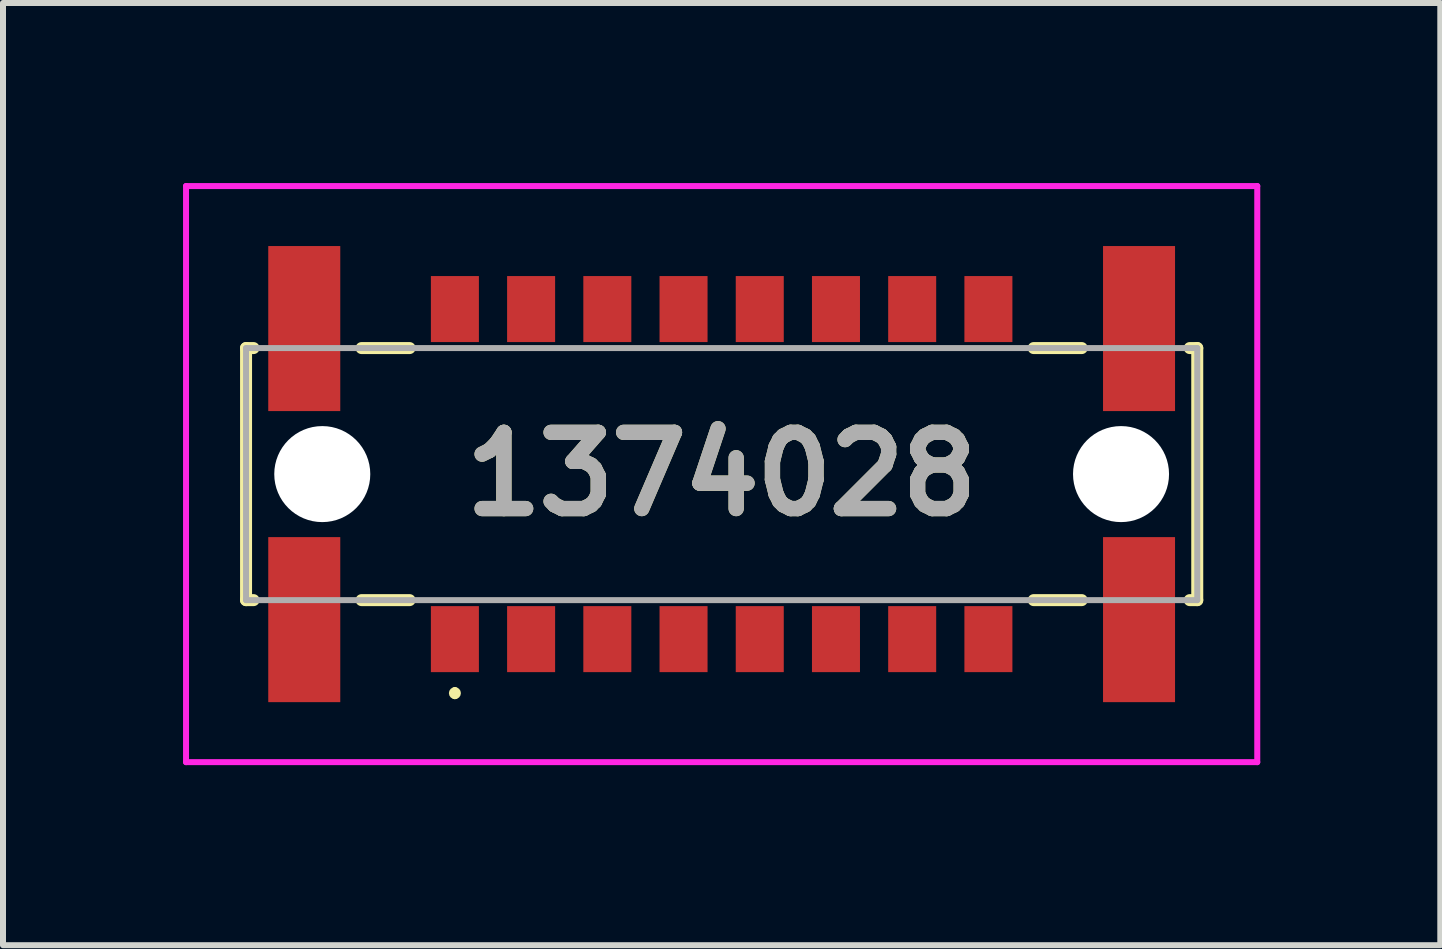
<source format=kicad_pcb>
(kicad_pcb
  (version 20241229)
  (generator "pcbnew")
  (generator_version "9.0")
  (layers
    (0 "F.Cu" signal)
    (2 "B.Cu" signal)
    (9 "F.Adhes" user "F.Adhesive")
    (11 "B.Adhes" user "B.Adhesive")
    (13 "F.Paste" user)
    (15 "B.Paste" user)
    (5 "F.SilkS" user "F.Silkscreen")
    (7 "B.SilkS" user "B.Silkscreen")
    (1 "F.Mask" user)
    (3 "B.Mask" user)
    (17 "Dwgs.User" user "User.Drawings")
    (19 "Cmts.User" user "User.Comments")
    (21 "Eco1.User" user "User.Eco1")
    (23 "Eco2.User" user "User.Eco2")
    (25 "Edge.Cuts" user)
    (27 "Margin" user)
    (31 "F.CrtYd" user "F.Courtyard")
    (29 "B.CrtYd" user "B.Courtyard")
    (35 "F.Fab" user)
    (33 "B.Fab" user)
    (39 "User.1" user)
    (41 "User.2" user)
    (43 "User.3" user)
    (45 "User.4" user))
  (footprint "1374028"
    (layer "F.Cu")
    (at 8.975 4.85)
    (property "Reference" "1374028" (at 0 0 0) (layer "F.SilkS") (effects (font (size 1.27 1.27) (thickness 0.254))))
    (attr through_hole)
    (fp_line (start -7.925 -2.1) (end -7.925 2.1) (stroke (width 0.2) (type solid)) (layer "F.SilkS"))
    (fp_line (start -7.925 2.1) (end -7.8 2.1) (stroke (width 0.2) (type solid)) (layer "F.SilkS"))
    (fp_line (start -7.8 -2.1) (end -7.925 -2.1) (stroke (width 0.2) (type solid)) (layer "F.SilkS"))
    (fp_line (start -6 -2.1) (end -5.2 -2.1) (stroke (width 0.2) (type solid)) (layer "F.SilkS"))
    (fp_line (start -6 2.1) (end -5.2 2.1) (stroke (width 0.2) (type solid)) (layer "F.SilkS"))
    (fp_line (start -4.445 3.6) (end -4.445 3.6) (stroke (width 0.1) (type solid)) (layer "F.SilkS"))
    (fp_line (start -4.445 3.7) (end -4.445 3.7) (stroke (width 0.1) (type solid)) (layer "F.SilkS"))
    (fp_line (start 5.2 -2.1) (end 6 -2.1) (stroke (width 0.2) (type solid)) (layer "F.SilkS"))
    (fp_line (start 5.2 2.1) (end 6 2.1) (stroke (width 0.2) (type solid)) (layer "F.SilkS"))
    (fp_line (start 7.8 2.1) (end 7.925 2.1) (stroke (width 0.2) (type solid)) (layer "F.SilkS"))
    (fp_line (start 7.925 -2.1) (end 7.8 -2.1) (stroke (width 0.2) (type solid)) (layer "F.SilkS"))
    (fp_line (start 7.925 2.1) (end 7.925 -2.1) (stroke (width 0.2) (type solid)) (layer "F.SilkS"))
    (fp_arc (start -4.445 3.6) (mid -4.395 3.65) (end -4.445 3.7) (stroke (width 0.1) (type solid)) (layer "F.SilkS"))
    (fp_arc (start -4.445 3.7) (mid -4.495 3.65) (end -4.445 3.6) (stroke (width 0.1) (type solid)) (layer "F.SilkS"))
    (fp_line (start -8.925 -4.8) (end 8.925 -4.8) (stroke (width 0.1) (type solid)) (layer "F.CrtYd"))
    (fp_line (start -8.925 4.8) (end -8.925 -4.8) (stroke (width 0.1) (type solid)) (layer "F.CrtYd"))
    (fp_line (start 8.925 -4.8) (end 8.925 4.8) (stroke (width 0.1) (type solid)) (layer "F.CrtYd"))
    (fp_line (start 8.925 4.8) (end -8.925 4.8) (stroke (width 0.1) (type solid)) (layer "F.CrtYd"))
    (fp_line (start -7.925 -2.1) (end -7.925 2.1) (stroke (width 0.1) (type solid)) (layer "F.Fab"))
    (fp_line (start -7.925 2.1) (end 7.925 2.1) (stroke (width 0.1) (type solid)) (layer "F.Fab"))
    (fp_line (start 7.925 -2.1) (end -7.925 -2.1) (stroke (width 0.1) (type solid)) (layer "F.Fab"))
    (fp_line (start 7.925 2.1) (end 7.925 -2.1) (stroke (width 0.1) (type solid)) (layer "F.Fab"))
    (fp_text user "${REFERENCE}" (at 0 0 0) (layer "F.Fab") (effects (font (size 1.27 1.27) (thickness 0.254))))
    (pad "" np_thru_hole circle (at -6.655 0) (size 1.6 1.6) (drill 1.6) (layers "*.Cu" "*.Mask"))
    (pad "" np_thru_hole circle (at 6.655 0) (size 1.6 1.6) (drill 1.6) (layers "*.Cu" "*.Mask"))
    (pad "A1" smd rect (at -4.445 2.75) (size 0.8 1.1) (layers "F.Cu" "F.Mask" "F.Paste"))
    (pad "A2" smd rect (at -3.175 2.75) (size 0.8 1.1) (layers "F.Cu" "F.Mask" "F.Paste"))
    (pad "A3" smd rect (at -1.905 2.75) (size 0.8 1.1) (layers "F.Cu" "F.Mask" "F.Paste"))
    (pad "A4" smd rect (at -0.635 2.75) (size 0.8 1.1) (layers "F.Cu" "F.Mask" "F.Paste"))
    (pad "A5" smd rect (at 0.635 2.75) (size 0.8 1.1) (layers "F.Cu" "F.Mask" "F.Paste"))
    (pad "A6" smd rect (at 1.905 2.75) (size 0.8 1.1) (layers "F.Cu" "F.Mask" "F.Paste"))
    (pad "A7" smd rect (at 3.175 2.75) (size 0.8 1.1) (layers "F.Cu" "F.Mask" "F.Paste"))
    (pad "A8" smd rect (at 4.445 2.75) (size 0.8 1.1) (layers "F.Cu" "F.Mask" "F.Paste"))
    (pad "B1" smd rect (at -4.445 -2.75) (size 0.8 1.1) (layers "F.Cu" "F.Mask" "F.Paste"))
    (pad "B2" smd rect (at -3.175 -2.75) (size 0.8 1.1) (layers "F.Cu" "F.Mask" "F.Paste"))
    (pad "B3" smd rect (at -1.905 -2.75) (size 0.8 1.1) (layers "F.Cu" "F.Mask" "F.Paste"))
    (pad "B4" smd rect (at -0.635 -2.75) (size 0.8 1.1) (layers "F.Cu" "F.Mask" "F.Paste"))
    (pad "B5" smd rect (at 0.635 -2.75) (size 0.8 1.1) (layers "F.Cu" "F.Mask" "F.Paste"))
    (pad "B6" smd rect (at 1.905 -2.75) (size 0.8 1.1) (layers "F.Cu" "F.Mask" "F.Paste"))
    (pad "B7" smd rect (at 3.175 -2.75) (size 0.8 1.1) (layers "F.Cu" "F.Mask" "F.Paste"))
    (pad "B8" smd rect (at 4.445 -2.75) (size 0.8 1.1) (layers "F.Cu" "F.Mask" "F.Paste"))
    (pad "MP1" smd rect (at -6.955 -2.425) (size 1.2 2.75) (layers "F.Cu" "F.Mask" "F.Paste"))
    (pad "MP2" smd rect (at -6.955 2.425) (size 1.2 2.75) (layers "F.Cu" "F.Mask" "F.Paste"))
    (pad "MP3" smd rect (at 6.955 2.425) (size 1.2 2.75) (layers "F.Cu" "F.Mask" "F.Paste"))
    (pad "MP4" smd rect (at 6.955 -2.425) (size 1.2 2.75) (layers "F.Cu" "F.Mask" "F.Paste")))
  (gr_rect
    (start -3 -3)
    (end 20.95 12.7)
    (stroke (width 0.1) (type default))
    (fill no)
    (layer "Edge.Cuts")))
</source>
